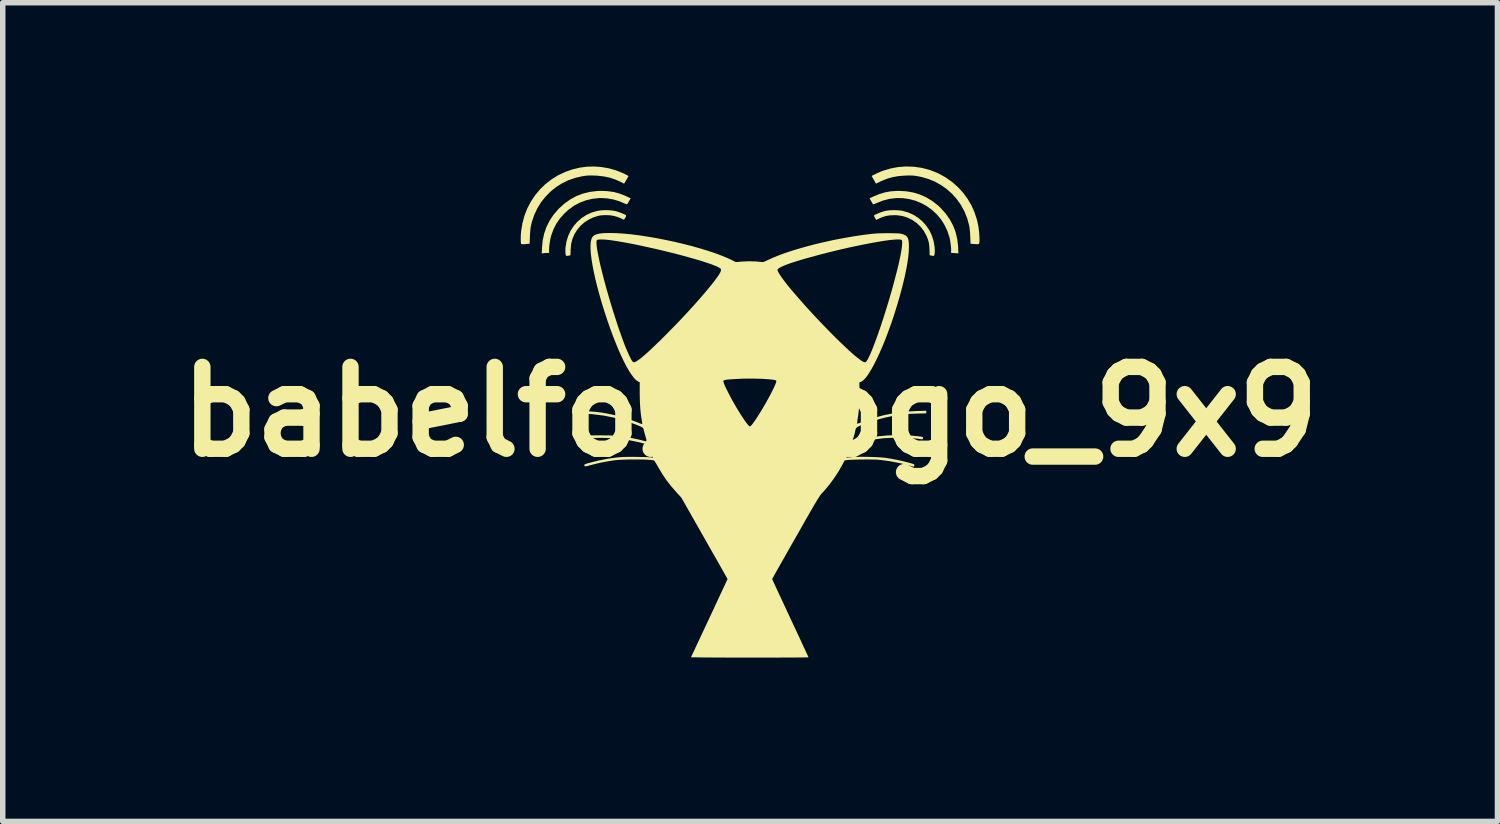
<source format=kicad_pcb>
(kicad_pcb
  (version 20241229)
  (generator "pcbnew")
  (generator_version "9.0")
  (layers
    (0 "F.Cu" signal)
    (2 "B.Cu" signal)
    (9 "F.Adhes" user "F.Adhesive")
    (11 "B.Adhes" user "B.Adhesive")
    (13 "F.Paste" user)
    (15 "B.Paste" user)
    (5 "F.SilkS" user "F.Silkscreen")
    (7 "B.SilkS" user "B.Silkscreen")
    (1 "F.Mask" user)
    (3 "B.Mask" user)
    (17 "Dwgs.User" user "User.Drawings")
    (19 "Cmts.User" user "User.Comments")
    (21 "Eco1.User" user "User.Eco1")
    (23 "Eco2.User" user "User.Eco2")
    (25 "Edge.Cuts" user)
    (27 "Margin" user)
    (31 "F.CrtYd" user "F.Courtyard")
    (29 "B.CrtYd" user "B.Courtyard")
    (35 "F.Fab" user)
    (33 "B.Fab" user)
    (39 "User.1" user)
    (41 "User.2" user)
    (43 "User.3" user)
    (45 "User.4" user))
  (footprint "babelfox_logo_9x9"
    (layer "F.Cu")
    (at 10.693 4.494)
    (property "Reference" "babelfox_logo_9x9" (at 0 0 0) (layer "F.SilkS") (effects (font (size 1.5 1.5) (thickness 0.3))))
    (attr board_only exclude_from_pos_files exclude_from_bom)
    (fp_poly (pts (xy 2.699 -3.692) (xy 2.758 -3.687) (xy 2.791 -3.681) (xy 2.895 -3.652) (xy 2.991 -3.61) (xy 3.079 -3.554) (xy 3.157 -3.488) (xy 3.226 -3.411) (xy 3.284 -3.325) (xy 3.329 -3.231) (xy 3.362 -3.129) (xy 3.381 -3.021) (xy 3.382 -3.008) (xy 3.384 -2.97) (xy 3.384 -2.93) (xy 3.382 -2.903) (xy 3.379 -2.876) (xy 3.373 -2.862) (xy 3.362 -2.856) (xy 3.342 -2.857) (xy 3.316 -2.862) (xy 3.29 -2.867) (xy 3.288 -2.962) (xy 3.284 -3.036) (xy 3.274 -3.101) (xy 3.257 -3.162) (xy 3.231 -3.225) (xy 3.231 -3.226) (xy 3.182 -3.314) (xy 3.122 -3.392) (xy 3.051 -3.459) (xy 2.972 -3.514) (xy 2.885 -3.557) (xy 2.792 -3.586) (xy 2.693 -3.601) (xy 2.645 -3.602) (xy 2.562 -3.598) (xy 2.487 -3.586) (xy 2.416 -3.563) (xy 2.374 -3.545) (xy 2.31 -3.515) (xy 2.289 -3.551) (xy 2.277 -3.573) (xy 2.271 -3.59) (xy 2.271 -3.596) (xy 2.28 -3.603) (xy 2.3 -3.614) (xy 2.33 -3.628) (xy 2.364 -3.642) (xy 2.4 -3.656) (xy 2.435 -3.668) (xy 2.462 -3.676) (xy 2.511 -3.686) (xy 2.57 -3.692) (xy 2.634 -3.694)) (stroke (width 0) (type solid)) (fill yes) (layer "F.SilkS"))
    (fp_poly (pts (xy -2.613 -4.042) (xy -2.506 -4.027) (xy -2.403 -4.001) (xy -2.299 -3.962) (xy -2.262 -3.945) (xy -2.189 -3.911) (xy -2.217 -3.861) (xy -2.232 -3.835) (xy -2.245 -3.814) (xy -2.252 -3.803) (xy -2.252 -3.803) (xy -2.263 -3.803) (xy -2.285 -3.809) (xy -2.312 -3.821) (xy -2.408 -3.861) (xy -2.512 -3.891) (xy -2.619 -3.909) (xy -2.723 -3.916) (xy -2.768 -3.915) (xy -2.893 -3.901) (xy -3.01 -3.873) (xy -3.121 -3.831) (xy -3.226 -3.775) (xy -3.324 -3.704) (xy -3.399 -3.636) (xy -3.482 -3.544) (xy -3.55 -3.446) (xy -3.604 -3.34) (xy -3.644 -3.228) (xy -3.652 -3.199) (xy -3.661 -3.158) (xy -3.669 -3.111) (xy -3.676 -3.063) (xy -3.681 -3.016) (xy -3.683 -2.975) (xy -3.683 -2.944) (xy -3.682 -2.932) (xy -3.68 -2.918) (xy -3.686 -2.912) (xy -3.701 -2.91) (xy -3.709 -2.91) (xy -3.738 -2.909) (xy -3.77 -2.906) (xy -3.779 -2.905) (xy -3.817 -2.9) (xy -3.812 -3.01) (xy -3.8 -3.141) (xy -3.772 -3.267) (xy -3.73 -3.387) (xy -3.673 -3.501) (xy -3.602 -3.608) (xy -3.516 -3.709) (xy -3.497 -3.728) (xy -3.398 -3.817) (xy -3.293 -3.891) (xy -3.181 -3.952) (xy -3.063 -3.997) (xy -2.938 -4.028) (xy -2.808 -4.044) (xy -2.728 -4.047)) (stroke (width 0) (type solid)) (fill yes) (layer "F.SilkS"))
    (fp_poly (pts (xy 2.862 -4.039) (xy 2.99 -4.017) (xy 3.112 -3.98) (xy 3.228 -3.928) (xy 3.337 -3.862) (xy 3.44 -3.782) (xy 3.497 -3.728) (xy 3.586 -3.628) (xy 3.66 -3.522) (xy 3.72 -3.41) (xy 3.765 -3.292) (xy 3.795 -3.167) (xy 3.811 -3.036) (xy 3.812 -3.011) (xy 3.817 -2.902) (xy 3.794 -2.904) (xy 3.773 -2.905) (xy 3.744 -2.907) (xy 3.724 -2.908) (xy 3.698 -2.91) (xy 3.685 -2.913) (xy 3.681 -2.919) (xy 3.682 -2.931) (xy 3.682 -2.933) (xy 3.684 -2.956) (xy 3.683 -2.992) (xy 3.679 -3.035) (xy 3.673 -3.082) (xy 3.666 -3.13) (xy 3.658 -3.174) (xy 3.653 -3.196) (xy 3.615 -3.312) (xy 3.564 -3.42) (xy 3.5 -3.522) (xy 3.423 -3.614) (xy 3.336 -3.696) (xy 3.238 -3.767) (xy 3.145 -3.818) (xy 3.031 -3.866) (xy 2.914 -3.897) (xy 2.795 -3.914) (xy 2.676 -3.915) (xy 2.557 -3.901) (xy 2.44 -3.871) (xy 2.329 -3.828) (xy 2.295 -3.814) (xy 2.27 -3.805) (xy 2.255 -3.802) (xy 2.252 -3.803) (xy 2.245 -3.813) (xy 2.233 -3.833) (xy 2.218 -3.859) (xy 2.217 -3.861) (xy 2.189 -3.911) (xy 2.262 -3.945) (xy 2.367 -3.988) (xy 2.47 -4.019) (xy 2.575 -4.038) (xy 2.687 -4.046) (xy 2.728 -4.047)) (stroke (width 0) (type solid)) (fill yes) (layer "F.SilkS"))
    (fp_poly (pts (xy -2.593 -3.693) (xy -2.526 -3.687) (xy -2.467 -3.677) (xy -2.454 -3.674) (xy -2.418 -3.662) (xy -2.379 -3.649) (xy -2.342 -3.634) (xy -2.31 -3.62) (xy -2.286 -3.608) (xy -2.272 -3.598) (xy -2.271 -3.596) (xy -2.273 -3.584) (xy -2.281 -3.564) (xy -2.29 -3.55) (xy -2.303 -3.529) (xy -2.313 -3.52) (xy -2.321 -3.52) (xy -2.328 -3.524) (xy -2.352 -3.537) (xy -2.386 -3.552) (xy -2.426 -3.567) (xy -2.468 -3.58) (xy -2.502 -3.589) (xy -2.553 -3.598) (xy -2.612 -3.602) (xy -2.675 -3.602) (xy -2.734 -3.598) (xy -2.785 -3.589) (xy -2.787 -3.588) (xy -2.875 -3.56) (xy -2.959 -3.519) (xy -3.036 -3.469) (xy -3.102 -3.412) (xy -3.111 -3.402) (xy -3.174 -3.325) (xy -3.223 -3.245) (xy -3.257 -3.161) (xy -3.279 -3.07) (xy -3.288 -2.97) (xy -3.288 -2.962) (xy -3.291 -2.867) (xy -3.321 -2.861) (xy -3.349 -2.856) (xy -3.367 -2.857) (xy -3.375 -2.865) (xy -3.38 -2.884) (xy -3.382 -2.903) (xy -3.384 -2.937) (xy -3.384 -2.977) (xy -3.382 -3.008) (xy -3.365 -3.116) (xy -3.334 -3.219) (xy -3.29 -3.314) (xy -3.234 -3.401) (xy -3.166 -3.479) (xy -3.089 -3.547) (xy -3.002 -3.604) (xy -2.907 -3.648) (xy -2.804 -3.679) (xy -2.791 -3.681) (xy -2.731 -3.69) (xy -2.663 -3.694)) (stroke (width 0) (type solid)) (fill yes) (layer "F.SilkS"))
    (fp_poly (pts (xy -2.726 -4.484) (xy -2.591 -4.461) (xy -2.46 -4.424) (xy -2.335 -4.374) (xy -2.298 -4.357) (xy -2.268 -4.341) (xy -2.245 -4.329) (xy -2.231 -4.32) (xy -2.228 -4.318) (xy -2.232 -4.31) (xy -2.242 -4.292) (xy -2.257 -4.266) (xy -2.268 -4.247) (xy -2.308 -4.179) (xy -2.369 -4.21) (xy -2.472 -4.256) (xy -2.575 -4.29) (xy -2.682 -4.312) (xy -2.797 -4.325) (xy -2.847 -4.327) (xy -2.902 -4.329) (xy -2.947 -4.329) (xy -2.985 -4.327) (xy -3.021 -4.323) (xy -3.061 -4.317) (xy -3.073 -4.315) (xy -3.205 -4.285) (xy -3.331 -4.241) (xy -3.449 -4.183) (xy -3.559 -4.113) (xy -3.659 -4.032) (xy -3.75 -3.939) (xy -3.831 -3.837) (xy -3.899 -3.726) (xy -3.955 -3.606) (xy -3.998 -3.479) (xy -4.014 -3.414) (xy -4.023 -3.363) (xy -4.029 -3.299) (xy -4.034 -3.225) (xy -4.034 -3.211) (xy -4.039 -3.079) (xy -4.091 -3.074) (xy -4.133 -3.07) (xy -4.162 -3.069) (xy -4.18 -3.07) (xy -4.191 -3.075) (xy -4.196 -3.082) (xy -4.198 -3.087) (xy -4.201 -3.109) (xy -4.202 -3.142) (xy -4.202 -3.185) (xy -4.201 -3.232) (xy -4.197 -3.28) (xy -4.195 -3.307) (xy -4.172 -3.45) (xy -4.135 -3.589) (xy -4.084 -3.722) (xy -4.018 -3.848) (xy -3.94 -3.965) (xy -3.849 -4.075) (xy -3.753 -4.168) (xy -3.639 -4.257) (xy -3.518 -4.332) (xy -3.389 -4.393) (xy -3.254 -4.441) (xy -3.113 -4.474) (xy -2.993 -4.49) (xy -2.861 -4.494)) (stroke (width 0) (type solid)) (fill yes) (layer "F.SilkS"))
    (fp_poly (pts (xy 3.002 -4.489) (xy 3.142 -4.469) (xy 3.28 -4.434) (xy 3.414 -4.383) (xy 3.462 -4.361) (xy 3.585 -4.292) (xy 3.7 -4.211) (xy 3.805 -4.119) (xy 3.9 -4.016) (xy 3.983 -3.904) (xy 4.054 -3.784) (xy 4.111 -3.656) (xy 4.155 -3.523) (xy 4.171 -3.454) (xy 4.182 -3.399) (xy 4.19 -3.34) (xy 4.197 -3.28) (xy 4.201 -3.222) (xy 4.203 -3.17) (xy 4.203 -3.126) (xy 4.2 -3.094) (xy 4.198 -3.087) (xy 4.195 -3.079) (xy 4.189 -3.074) (xy 4.178 -3.071) (xy 4.16 -3.07) (xy 4.131 -3.071) (xy 4.089 -3.074) (xy 4.079 -3.075) (xy 4.039 -3.078) (xy 4.034 -3.21) (xy 4.029 -3.298) (xy 4.021 -3.37) (xy 4.013 -3.416) (xy 3.977 -3.547) (xy 3.927 -3.671) (xy 3.864 -3.787) (xy 3.789 -3.893) (xy 3.703 -3.99) (xy 3.606 -4.077) (xy 3.501 -4.152) (xy 3.386 -4.216) (xy 3.264 -4.266) (xy 3.134 -4.303) (xy 3.073 -4.315) (xy 3.031 -4.322) (xy 2.994 -4.326) (xy 2.957 -4.328) (xy 2.915 -4.329) (xy 2.863 -4.328) (xy 2.847 -4.327) (xy 2.728 -4.319) (xy 2.618 -4.3) (xy 2.514 -4.271) (xy 2.412 -4.23) (xy 2.369 -4.21) (xy 2.308 -4.179) (xy 2.268 -4.247) (xy 2.251 -4.276) (xy 2.238 -4.299) (xy 2.23 -4.314) (xy 2.228 -4.318) (xy 2.235 -4.324) (xy 2.254 -4.335) (xy 2.281 -4.348) (xy 2.314 -4.364) (xy 2.351 -4.381) (xy 2.387 -4.396) (xy 2.42 -4.41) (xy 2.438 -4.417) (xy 2.577 -4.458) (xy 2.718 -4.484) (xy 2.86 -4.494)) (stroke (width 0) (type solid)) (fill yes) (layer "F.SilkS"))
    (fp_poly (pts (xy -2.439 -3.272) (xy -2.307 -3.263) (xy -2.166 -3.249) (xy -2.017 -3.23) (xy -1.863 -3.206) (xy -1.704 -3.179) (xy -1.543 -3.147) (xy -1.382 -3.113) (xy -1.223 -3.075) (xy -1.067 -3.035) (xy -0.917 -2.993) (xy -0.774 -2.949) (xy -0.64 -2.905) (xy -0.518 -2.859) (xy -0.408 -2.813) (xy -0.358 -2.79) (xy -0.26 -2.742) (xy -0.141 -2.752) (xy -0.021 -2.757) (xy 0.098 -2.754) (xy 0.198 -2.745) (xy 0.218 -2.743) (xy 0.235 -2.743) (xy 0.253 -2.747) (xy 0.275 -2.756) (xy 0.305 -2.77) (xy 0.319 -2.777) (xy 0.416 -2.821) (xy 0.526 -2.866) (xy 0.65 -2.911) (xy 0.784 -2.955) (xy 0.927 -2.998) (xy 1.078 -3.04) (xy 1.234 -3.08) (xy 1.394 -3.117) (xy 1.557 -3.152) (xy 1.721 -3.183) (xy 1.883 -3.211) (xy 2.01 -3.231) (xy 2.089 -3.242) (xy 2.155 -3.25) (xy 2.211 -3.257) (xy 2.261 -3.262) (xy 2.307 -3.266) (xy 2.353 -3.269) (xy 2.401 -3.27) (xy 2.455 -3.271) (xy 2.517 -3.271) (xy 2.526 -3.271) (xy 2.591 -3.271) (xy 2.643 -3.27) (xy 2.683 -3.269) (xy 2.715 -3.268) (xy 2.74 -3.265) (xy 2.761 -3.262) (xy 2.78 -3.258) (xy 2.786 -3.256) (xy 2.825 -3.243) (xy 2.855 -3.226) (xy 2.878 -3.203) (xy 2.894 -3.173) (xy 2.904 -3.132) (xy 2.909 -3.081) (xy 2.91 -3.015) (xy 2.91 -3.015) (xy 2.907 -2.928) (xy 2.897 -2.829) (xy 2.881 -2.719) (xy 2.859 -2.599) (xy 2.832 -2.471) (xy 2.8 -2.337) (xy 2.764 -2.197) (xy 2.724 -2.053) (xy 2.68 -1.907) (xy 2.634 -1.761) (xy 2.585 -1.615) (xy 2.533 -1.472) (xy 2.48 -1.332) (xy 2.425 -1.198) (xy 2.37 -1.071) (xy 2.314 -0.953) (xy 2.312 -0.948) (xy 2.259 -0.844) (xy 2.209 -0.756) (xy 2.163 -0.683) (xy 2.121 -0.625) (xy 2.081 -0.582) (xy 2.046 -0.555) (xy 2.028 -0.547) (xy 2.002 -0.538) (xy 2.005 -0.37) (xy 2.005 -0.252) (xy 2.001 -0.144) (xy 1.993 -0.038) (xy 1.98 0.07) (xy 1.974 0.11) (xy 1.968 0.149) (xy 1.964 0.182) (xy 1.961 0.206) (xy 1.961 0.219) (xy 1.961 0.219) (xy 1.97 0.218) (xy 1.99 0.212) (xy 2.019 0.202) (xy 2.053 0.188) (xy 2.055 0.188) (xy 2.253 0.118) (xy 2.45 0.063) (xy 2.651 0.023) (xy 2.855 -0.003) (xy 3.047 -0.013) (xy 3.228 -0.018) (xy 3.228 0.006) (xy 3.228 0.029) (xy 3.047 0.034) (xy 2.954 0.037) (xy 2.871 0.042) (xy 2.794 0.05) (xy 2.718 0.06) (xy 2.637 0.073) (xy 2.581 0.084) (xy 2.478 0.106) (xy 2.37 0.134) (xy 2.261 0.166) (xy 2.156 0.201) (xy 2.059 0.237) (xy 2.01 0.257) (xy 1.975 0.274) (xy 1.952 0.29) (xy 1.937 0.31) (xy 1.929 0.337) (xy 1.923 0.367) (xy 1.919 0.386) (xy 1.912 0.415) (xy 1.902 0.449) (xy 1.896 0.468) (xy 1.886 0.5) (xy 1.878 0.525) (xy 1.873 0.541) (xy 1.872 0.544) (xy 1.879 0.543) (xy 1.899 0.538) (xy 1.928 0.53) (xy 1.965 0.521) (xy 1.977 0.518) (xy 2.15 0.48) (xy 2.331 0.452) (xy 2.516 0.434) (xy 2.702 0.427) (xy 2.885 0.431) (xy 3.062 0.447) (xy 3.11 0.453) (xy 3.141 0.458) (xy 3.159 0.462) (xy 3.167 0.466) (xy 3.169 0.474) (xy 3.167 0.483) (xy 3.163 0.499) (xy 3.161 0.505) (xy 3.153 0.505) (xy 3.132 0.503) (xy 3.103 0.499) (xy 3.072 0.495) (xy 3.018 0.489) (xy 2.951 0.484) (xy 2.875 0.48) (xy 2.793 0.478) (xy 2.71 0.477) (xy 2.627 0.478) (xy 2.549 0.48) (xy 2.479 0.483) (xy 2.427 0.487) (xy 2.235 0.513) (xy 2.053 0.548) (xy 1.903 0.587) (xy 1.876 0.596) (xy 1.859 0.603) (xy 1.849 0.614) (xy 1.841 0.632) (xy 1.837 0.644) (xy 1.827 0.67) (xy 1.813 0.705) (xy 1.798 0.743) (xy 1.791 0.76) (xy 1.778 0.791) (xy 1.768 0.817) (xy 1.763 0.833) (xy 1.763 0.837) (xy 1.771 0.838) (xy 1.792 0.837) (xy 1.823 0.835) (xy 1.852 0.832) (xy 1.897 0.829) (xy 1.954 0.827) (xy 2.02 0.826) (xy 2.093 0.826) (xy 2.169 0.827) (xy 2.245 0.829) (xy 2.317 0.832) (xy 2.383 0.836) (xy 2.439 0.84) (xy 2.474 0.844) (xy 2.577 0.86) (xy 2.685 0.88) (xy 2.793 0.904) (xy 2.893 0.929) (xy 2.909 0.933) (xy 2.951 0.945) (xy 2.98 0.954) (xy 2.998 0.961) (xy 3.007 0.967) (xy 3.011 0.973) (xy 3.01 0.98) (xy 3.009 0.983) (xy 3.005 0.999) (xy 3.001 1.006) (xy 2.993 1.005) (xy 2.973 1) (xy 2.945 0.993) (xy 2.929 0.988) (xy 2.754 0.943) (xy 2.572 0.908) (xy 2.389 0.883) (xy 2.353 0.88) (xy 2.318 0.877) (xy 2.271 0.876) (xy 2.214 0.875) (xy 2.152 0.874) (xy 2.086 0.875) (xy 2.02 0.875) (xy 1.955 0.877) (xy 1.896 0.878) (xy 1.844 0.88) (xy 1.802 0.883) (xy 1.773 0.886) (xy 1.772 0.886) (xy 1.733 0.892) (xy 1.686 0.979) (xy 1.619 1.096) (xy 1.542 1.213) (xy 1.458 1.328) (xy 1.371 1.434) (xy 1.323 1.487) (xy 1.313 1.497) (xy 1.303 1.508) (xy 1.294 1.521) (xy 1.283 1.535) (xy 1.271 1.552) (xy 1.257 1.573) (xy 1.241 1.599) (xy 1.222 1.63) (xy 1.199 1.668) (xy 1.173 1.712) (xy 1.143 1.764) (xy 1.107 1.825) (xy 1.067 1.896) (xy 1.02 1.977) (xy 0.968 2.069) (xy 0.909 2.174) (xy 0.842 2.291) (xy 0.834 2.305) (xy 0.776 2.406) (xy 0.721 2.503) (xy 0.669 2.595) (xy 0.62 2.682) (xy 0.574 2.762) (xy 0.533 2.835) (xy 0.497 2.899) (xy 0.466 2.954) (xy 0.441 2.999) (xy 0.422 3.033) (xy 0.41 3.055) (xy 0.405 3.065) (xy 0.404 3.065) (xy 0.408 3.073) (xy 0.417 3.094) (xy 0.433 3.128) (xy 0.453 3.172) (xy 0.479 3.228) (xy 0.509 3.293) (xy 0.543 3.366) (xy 0.581 3.447) (xy 0.622 3.535) (xy 0.665 3.628) (xy 0.711 3.726) (xy 0.737 3.783) (xy 0.784 3.883) (xy 0.829 3.979) (xy 0.871 4.069) (xy 0.911 4.154) (xy 0.947 4.232) (xy 0.979 4.302) (xy 1.008 4.363) (xy 1.031 4.414) (xy 1.05 4.454) (xy 1.063 4.482) (xy 1.069 4.497) (xy 1.071 4.5) (xy 1.063 4.5) (xy 1.04 4.501) (xy 1.003 4.501) (xy 0.953 4.502) (xy 0.891 4.502) (xy 0.818 4.503) (xy 0.734 4.503) (xy 0.641 4.503) (xy 0.539 4.504) (xy 0.429 4.504) (xy 0.313 4.504) (xy 0.191 4.504) (xy 0.064 4.504) (xy -0.008 4.504) (xy -0.16 4.504) (xy -0.302 4.504) (xy -0.435 4.504) (xy -0.556 4.503) (xy -0.667 4.503) (xy -0.765 4.502) (xy -0.851 4.502) (xy -0.925 4.501) (xy -0.985 4.5) (xy -1.031 4.5) (xy -1.063 4.499) (xy -1.08 4.498) (xy -1.083 4.497) (xy -1.079 4.489) (xy -1.069 4.467) (xy -1.053 4.434) (xy -1.031 4.388) (xy -1.005 4.333) (xy -0.975 4.267) (xy -0.94 4.194) (xy -0.902 4.112) (xy -0.861 4.025) (xy -0.817 3.931) (xy -0.771 3.833) (xy -0.745 3.778) (xy -0.413 3.066) (xy -0.459 2.982) (xy -0.47 2.963) (xy -0.488 2.932) (xy -0.513 2.888) (xy -0.543 2.834) (xy -0.579 2.771) (xy -0.619 2.7) (xy -0.664 2.622) (xy -0.712 2.537) (xy -0.763 2.448) (xy -0.816 2.354) (xy -0.87 2.258) (xy -0.883 2.236) (xy -1.259 1.574) (xy -1.343 1.483) (xy -1.444 1.367) (xy -1.534 1.252) (xy -1.614 1.132) (xy -1.69 1.005) (xy -1.698 0.989) (xy -1.718 0.955) (xy -1.736 0.925) (xy -1.75 0.904) (xy -1.759 0.893) (xy -1.76 0.893) (xy -1.787 0.887) (xy -1.826 0.883) (xy -1.877 0.879) (xy -1.938 0.876) (xy -2.005 0.875) (xy -2.076 0.874) (xy -2.151 0.874) (xy -2.225 0.875) (xy -2.297 0.877) (xy -2.365 0.88) (xy -2.427 0.884) (xy -2.48 0.889) (xy -2.502 0.892) (xy -2.591 0.906) (xy -2.687 0.923) (xy -2.782 0.943) (xy -2.872 0.965) (xy -2.926 0.979) (xy -2.969 0.991) (xy -2.999 0.998) (xy -3.019 1) (xy -3.03 0.997) (xy -3.036 0.989) (xy -3.037 0.975) (xy -3.037 0.974) (xy -3.033 0.967) (xy -3.02 0.96) (xy -2.995 0.951) (xy -2.958 0.939) (xy -2.948 0.937) (xy -2.776 0.894) (xy -2.612 0.861) (xy -2.451 0.839) (xy -2.381 0.832) (xy -2.344 0.83) (xy -2.296 0.828) (xy -2.24 0.827) (xy -2.178 0.827) (xy -2.112 0.827) (xy -2.047 0.828) (xy -1.983 0.829) (xy -1.925 0.83) (xy -1.874 0.832) (xy -1.834 0.835) (xy -1.806 0.837) (xy -1.805 0.838) (xy -1.785 0.84) (xy -1.778 0.837) (xy -1.779 0.832) (xy -1.783 0.821) (xy -1.793 0.798) (xy -1.805 0.766) (xy -1.821 0.729) (xy -1.826 0.716) (xy -1.842 0.678) (xy -1.855 0.645) (xy -1.866 0.621) (xy -1.872 0.608) (xy -1.873 0.606) (xy -1.886 0.599) (xy -1.913 0.591) (xy -1.951 0.58) (xy -1.998 0.568) (xy -2.051 0.555) (xy -2.11 0.543) (xy -2.172 0.53) (xy -2.234 0.518) (xy -2.294 0.507) (xy -2.35 0.498) (xy -2.379 0.494) (xy -2.428 0.489) (xy -2.49 0.485) (xy -2.56 0.482) (xy -2.637 0.48) (xy -2.717 0.479) (xy -2.797 0.479) (xy -2.875 0.48) (xy -2.948 0.483) (xy -3.012 0.486) (xy -3.066 0.49) (xy -3.092 0.494) (xy -3.128 0.499) (xy -3.159 0.502) (xy -3.18 0.504) (xy -3.189 0.503) (xy -3.194 0.493) (xy -3.196 0.48) (xy -3.196 0.473) (xy -3.194 0.467) (xy -3.189 0.463) (xy -3.178 0.46) (xy -3.159 0.456) (xy -3.129 0.451) (xy -3.087 0.445) (xy -3.065 0.442) (xy -3.032 0.439) (xy -2.985 0.436) (xy -2.928 0.434) (xy -2.863 0.433) (xy -2.793 0.432) (xy -2.721 0.432) (xy -2.65 0.433) (xy -2.581 0.434) (xy -2.518 0.436) (xy -2.464 0.438) (xy -2.421 0.441) (xy -2.407 0.443) (xy -2.284 0.461) (xy -2.154 0.485) (xy -2.024 0.513) (xy -1.906 0.544) (xy -1.9 0.545) (xy -1.896 0.543) (xy -1.896 0.535) (xy -1.898 0.519) (xy -1.905 0.493) (xy -1.916 0.454) (xy -1.919 0.443) (xy -1.93 0.402) (xy -1.94 0.365) (xy -1.948 0.336) (xy -1.953 0.318) (xy -1.954 0.315) (xy -1.957 0.305) (xy -1.964 0.296) (xy -1.976 0.287) (xy -1.995 0.276) (xy -2.023 0.263) (xy -2.062 0.247) (xy -2.105 0.23) (xy -2.297 0.162) (xy -2.492 0.108) (xy -2.69 0.069) (xy -2.894 0.044) (xy -3.083 0.034) (xy -3.259 0.03) (xy -3.259 0.006) (xy -3.259 -0.018) (xy -3.079 -0.013) (xy -2.956 -0.008) (xy -2.843 0.000359) (xy -2.735 0.013) (xy -2.628 0.031) (xy -2.515 0.055) (xy -2.458 0.068) (xy -2.387 0.087) (xy -2.308 0.11) (xy -2.228 0.135) (xy -2.151 0.162) (xy -2.082 0.187) (xy -2.045 0.202) (xy -2.016 0.214) (xy -1.992 0.223) (xy -1.979 0.226) (xy -1.976 0.226) (xy -1.976 0.218) (xy -1.978 0.197) (xy -1.983 0.167) (xy -1.986 0.146) (xy -2.001 0.049) (xy -2.011 -0.05) (xy -2.018 -0.154) (xy -2.021 -0.267) (xy -2.022 -0.343) (xy -2.022 -0.539) (xy -2.052 -0.554) (xy -2.064 -0.563) (xy -0.49 -0.563) (xy -0.488 -0.547) (xy -0.481 -0.524) (xy -0.468 -0.491) (xy -0.449 -0.448) (xy -0.422 -0.394) (xy -0.404 -0.357) (xy -0.367 -0.286) (xy -0.329 -0.215) (xy -0.288 -0.143) (xy -0.248 -0.073) (xy -0.207 -0.006) (xy -0.168 0.057) (xy -0.13 0.114) (xy -0.096 0.165) (xy -0.065 0.207) (xy -0.039 0.239) (xy -0.019 0.261) (xy -0.005 0.269) (xy -0.003 0.27) (xy 0.007 0.264) (xy 0.023 0.248) (xy 0.042 0.226) (xy 0.046 0.221) (xy 0.079 0.176) (xy 0.119 0.118) (xy 0.162 0.05) (xy 0.208 -0.025) (xy 0.256 -0.105) (xy 0.303 -0.187) (xy 0.349 -0.271) (xy 0.392 -0.352) (xy 0.396 -0.361) (xy 0.43 -0.429) (xy 0.455 -0.483) (xy 0.472 -0.525) (xy 0.48 -0.554) (xy 0.479 -0.57) (xy 0.478 -0.572) (xy 0.464 -0.578) (xy 0.435 -0.585) (xy 0.394 -0.59) (xy 0.343 -0.595) (xy 0.283 -0.599) (xy 0.216 -0.603) (xy 0.144 -0.605) (xy 0.069 -0.607) (xy -0.008 -0.607) (xy -0.085 -0.607) (xy -0.159 -0.605) (xy -0.194 -0.603) (xy -0.276 -0.599) (xy -0.344 -0.595) (xy -0.398 -0.591) (xy -0.438 -0.586) (xy -0.466 -0.58) (xy -0.483 -0.574) (xy -0.486 -0.571) (xy -0.49 -0.563) (xy -2.064 -0.563) (xy -2.088 -0.579) (xy -2.127 -0.619) (xy -2.168 -0.673) (xy -2.213 -0.74) (xy -2.259 -0.82) (xy -2.307 -0.911) (xy -2.357 -1.015) (xy -2.408 -1.128) (xy -2.459 -1.252) (xy -2.511 -1.385) (xy -2.564 -1.527) (xy -2.616 -1.676) (xy -2.633 -1.729) (xy -2.684 -1.885) (xy -2.73 -2.036) (xy -2.771 -2.182) (xy -2.808 -2.321) (xy -2.84 -2.453) (xy -2.867 -2.578) (xy -2.889 -2.694) (xy -2.906 -2.801) (xy -2.917 -2.897) (xy -2.923 -2.983) (xy -2.923 -3.057) (xy -2.92 -3.099) (xy -2.815 -3.099) (xy -2.812 -3.055) (xy -2.806 -2.999) (xy -2.795 -2.932) (xy -2.78 -2.855) (xy -2.762 -2.769) (xy -2.741 -2.675) (xy -2.716 -2.574) (xy -2.689 -2.467) (xy -2.659 -2.355) (xy -2.627 -2.238) (xy -2.593 -2.119) (xy -2.557 -1.998) (xy -2.52 -1.876) (xy -2.481 -1.753) (xy -2.442 -1.632) (xy -2.402 -1.512) (xy -2.361 -1.396) (xy -2.32 -1.283) (xy -2.318 -1.277) (xy -2.295 -1.216) (xy -2.27 -1.156) (xy -2.245 -1.098) (xy -2.221 -1.044) (xy -2.199 -0.997) (xy -2.179 -0.959) (xy -2.163 -0.932) (xy -2.155 -0.922) (xy -2.141 -0.91) (xy -2.127 -0.906) (xy -2.109 -0.91) (xy -2.085 -0.923) (xy -2.066 -0.935) (xy -2.031 -0.959) (xy -1.993 -0.988) (xy -1.95 -1.024) (xy -1.901 -1.067) (xy -1.844 -1.118) (xy -1.779 -1.18) (xy -1.717 -1.239) (xy -1.622 -1.331) (xy -1.527 -1.426) (xy -1.433 -1.522) (xy -1.339 -1.618) (xy -1.247 -1.715) (xy -1.158 -1.81) (xy -1.072 -1.904) (xy -0.989 -1.996) (xy -0.912 -2.084) (xy -0.839 -2.168) (xy -0.773 -2.247) (xy -0.713 -2.32) (xy -0.66 -2.387) (xy -0.616 -2.446) (xy -0.58 -2.497) (xy -0.554 -2.539) (xy -0.538 -2.572) (xy -0.534 -2.588) (xy -0.533 -2.599) (xy 0.501 -2.599) (xy 0.504 -2.587) (xy 0.513 -2.567) (xy 0.521 -2.551) (xy 0.547 -2.508) (xy 0.583 -2.455) (xy 0.628 -2.394) (xy 0.682 -2.324) (xy 0.744 -2.248) (xy 0.813 -2.167) (xy 0.888 -2.081) (xy 0.967 -1.991) (xy 1.05 -1.898) (xy 1.136 -1.804) (xy 1.224 -1.71) (xy 1.313 -1.616) (xy 1.402 -1.524) (xy 1.49 -1.434) (xy 1.576 -1.348) (xy 1.659 -1.267) (xy 1.739 -1.191) (xy 1.813 -1.122) (xy 1.881 -1.061) (xy 1.943 -1.008) (xy 1.997 -0.966) (xy 2.041 -0.934) (xy 2.072 -0.916) (xy 2.095 -0.907) (xy 2.111 -0.907) (xy 2.126 -0.917) (xy 2.133 -0.926) (xy 2.153 -0.955) (xy 2.175 -0.999) (xy 2.202 -1.055) (xy 2.231 -1.124) (xy 2.262 -1.203) (xy 2.296 -1.292) (xy 2.331 -1.389) (xy 2.368 -1.494) (xy 2.406 -1.606) (xy 2.444 -1.722) (xy 2.482 -1.843) (xy 2.52 -1.966) (xy 2.558 -2.091) (xy 2.594 -2.217) (xy 2.624 -2.325) (xy 2.658 -2.453) (xy 2.689 -2.572) (xy 2.716 -2.682) (xy 2.738 -2.782) (xy 2.757 -2.871) (xy 2.771 -2.95) (xy 2.781 -3.016) (xy 2.786 -3.07) (xy 2.787 -3.11) (xy 2.783 -3.137) (xy 2.776 -3.148) (xy 2.754 -3.155) (xy 2.719 -3.157) (xy 2.671 -3.156) (xy 2.61 -3.151) (xy 2.538 -3.143) (xy 2.456 -3.132) (xy 2.365 -3.117) (xy 2.266 -3.1) (xy 2.16 -3.08) (xy 2.049 -3.058) (xy 1.932 -3.034) (xy 1.811 -3.008) (xy 1.688 -2.98) (xy 1.563 -2.95) (xy 1.437 -2.919) (xy 1.311 -2.887) (xy 1.187 -2.854) (xy 1.065 -2.821) (xy 0.961 -2.791) (xy 0.852 -2.758) (xy 0.758 -2.728) (xy 0.678 -2.7) (xy 0.613 -2.674) (xy 0.563 -2.651) (xy 0.528 -2.631) (xy 0.512 -2.617) (xy 0.504 -2.608) (xy 0.501 -2.599) (xy -0.533 -2.599) (xy -0.533 -2.607) (xy -0.54 -2.621) (xy -0.554 -2.632) (xy -0.585 -2.65) (xy -0.631 -2.671) (xy -0.691 -2.695) (xy -0.762 -2.72) (xy -0.844 -2.747) (xy -0.936 -2.776) (xy -1.036 -2.805) (xy -1.143 -2.835) (xy -1.256 -2.866) (xy -1.374 -2.897) (xy -1.495 -2.927) (xy -1.618 -2.957) (xy -1.743 -2.986) (xy -1.868 -3.014) (xy -1.991 -3.041) (xy -2.111 -3.066) (xy -2.228 -3.089) (xy -2.34 -3.109) (xy -2.446 -3.127) (xy -2.545 -3.142) (xy -2.56 -3.144) (xy -2.61 -3.15) (xy -2.661 -3.154) (xy -2.708 -3.156) (xy -2.748 -3.156) (xy -2.78 -3.154) (xy -2.801 -3.149) (xy -2.806 -3.147) (xy -2.813 -3.13) (xy -2.815 -3.099) (xy -2.92 -3.099) (xy -2.918 -3.118) (xy -2.906 -3.167) (xy -2.892 -3.197) (xy -2.872 -3.22) (xy -2.845 -3.238) (xy -2.811 -3.252) (xy -2.766 -3.263) (xy -2.71 -3.27) (xy -2.642 -3.274) (xy -2.559 -3.275)) (stroke (width 0) (type solid)) (fill yes) (layer "F.SilkS")))
  (gr_rect
    (start -3 -3)
    (end 24.386 11.999)
    (stroke (width 0.1) (type default))
    (fill no)
    (layer "Edge.Cuts")))
</source>
